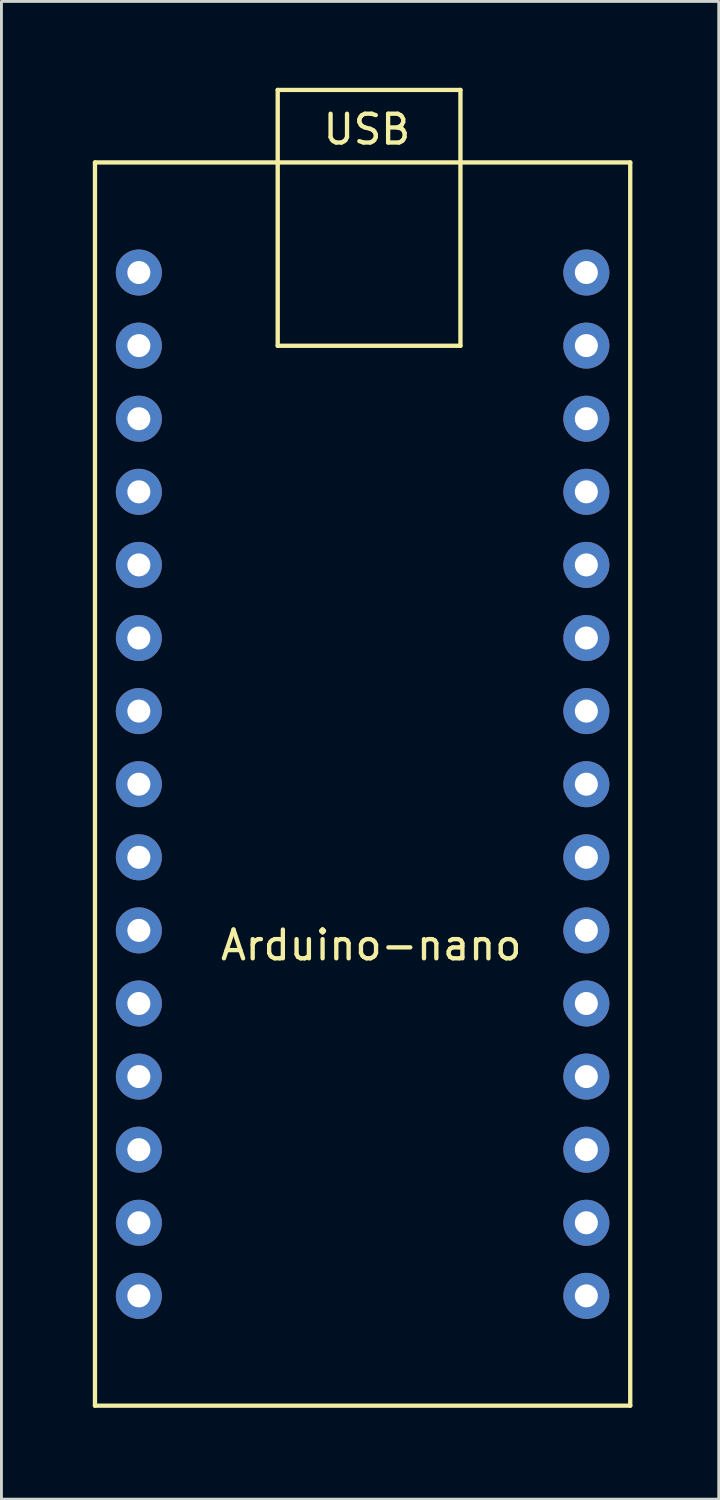
<source format=kicad_pcb>
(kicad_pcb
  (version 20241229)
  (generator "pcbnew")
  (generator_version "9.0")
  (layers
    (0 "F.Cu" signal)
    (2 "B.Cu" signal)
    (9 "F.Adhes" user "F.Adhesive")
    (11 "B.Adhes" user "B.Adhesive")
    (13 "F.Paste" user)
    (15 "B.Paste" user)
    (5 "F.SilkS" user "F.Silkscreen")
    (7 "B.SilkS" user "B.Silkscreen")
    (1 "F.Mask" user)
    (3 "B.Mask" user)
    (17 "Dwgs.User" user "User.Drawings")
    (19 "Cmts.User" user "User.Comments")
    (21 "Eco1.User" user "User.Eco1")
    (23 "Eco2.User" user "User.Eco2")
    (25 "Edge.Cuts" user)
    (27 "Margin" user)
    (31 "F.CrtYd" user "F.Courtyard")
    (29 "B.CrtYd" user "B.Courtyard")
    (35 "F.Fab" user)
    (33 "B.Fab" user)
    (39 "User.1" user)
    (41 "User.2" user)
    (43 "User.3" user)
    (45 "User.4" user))
  (footprint "Arduino-nano"
    (layer "F.Cu")
    (at 0.25 45.795)
    (property "Reference" "Arduino-nano" (at 9.6 -16 0) (layer "F.SilkS") (effects (font (size 1 1) (thickness 0.15))))
    (attr through_hole)
    (fp_line (start 0 -43.2) (end 18.6 -43.2) (stroke (width 0.15) (type solid)) (layer "F.SilkS"))
    (fp_line (start 0 0) (end 0 -43.2) (stroke (width 0.15) (type solid)) (layer "F.SilkS"))
    (fp_line (start 6.35 -45.72) (end 12.7 -45.72) (stroke (width 0.15) (type solid)) (layer "F.SilkS"))
    (fp_line (start 6.35 -36.83) (end 6.35 -45.72) (stroke (width 0.15) (type solid)) (layer "F.SilkS"))
    (fp_line (start 12.7 -45.72) (end 12.7 -36.83) (stroke (width 0.15) (type solid)) (layer "F.SilkS"))
    (fp_line (start 12.7 -36.83) (end 6.35 -36.83) (stroke (width 0.15) (type solid)) (layer "F.SilkS"))
    (fp_line (start 18.6 -43.2) (end 18.6 0) (stroke (width 0.15) (type solid)) (layer "F.SilkS"))
    (fp_line (start 18.6 0) (end 0 0) (stroke (width 0.15) (type solid)) (layer "F.SilkS"))
    (fp_text user "USB" (at 9.449 -44.348 0) (layer "F.SilkS") (effects (font (size 1 1) (thickness 0.15))))
    (pad "1" thru_hole circle (at 1.525 -39.375) (size 1.6 1.6) (drill 0.8) (layers "*.Cu" "*.Mask"))
    (pad "2" thru_hole circle (at 1.525 -36.835) (size 1.6 1.6) (drill 0.8) (layers "*.Cu" "*.Mask"))
    (pad "3" thru_hole circle (at 1.525 -34.295) (size 1.6 1.6) (drill 0.8) (layers "*.Cu" "*.Mask"))
    (pad "4" thru_hole circle (at 1.525 -31.755) (size 1.6 1.6) (drill 0.8) (layers "*.Cu" "*.Mask"))
    (pad "5" thru_hole circle (at 1.525 -29.215) (size 1.6 1.6) (drill 0.8) (layers "*.Cu" "*.Mask"))
    (pad "6" thru_hole circle (at 1.525 -26.675) (size 1.6 1.6) (drill 0.8) (layers "*.Cu" "*.Mask"))
    (pad "7" thru_hole circle (at 1.525 -24.135) (size 1.6 1.6) (drill 0.8) (layers "*.Cu" "*.Mask"))
    (pad "8" thru_hole circle (at 1.525 -21.595) (size 1.6 1.6) (drill 0.8) (layers "*.Cu" "*.Mask"))
    (pad "9" thru_hole circle (at 1.525 -19.055) (size 1.6 1.6) (drill 0.8) (layers "*.Cu" "*.Mask"))
    (pad "10" thru_hole circle (at 1.525 -16.515) (size 1.6 1.6) (drill 0.8) (layers "*.Cu" "*.Mask"))
    (pad "11" thru_hole circle (at 1.525 -13.975) (size 1.6 1.6) (drill 0.8) (layers "*.Cu" "*.Mask"))
    (pad "12" thru_hole circle (at 1.525 -11.435) (size 1.6 1.6) (drill 0.8) (layers "*.Cu" "*.Mask"))
    (pad "13" thru_hole circle (at 1.525 -8.895) (size 1.6 1.6) (drill 0.8) (layers "*.Cu" "*.Mask"))
    (pad "14" thru_hole circle (at 1.525 -6.355) (size 1.6 1.6) (drill 0.8) (layers "*.Cu" "*.Mask"))
    (pad "15" thru_hole circle (at 1.525 -3.815) (size 1.6 1.6) (drill 0.8) (layers "*.Cu" "*.Mask"))
    (pad "16" thru_hole circle (at 17.075 -3.815) (size 1.6 1.6) (drill 0.8) (layers "*.Cu" "*.Mask"))
    (pad "17" thru_hole circle (at 17.075 -6.355) (size 1.6 1.6) (drill 0.8) (layers "*.Cu" "*.Mask"))
    (pad "18" thru_hole circle (at 17.075 -8.895) (size 1.6 1.6) (drill 0.8) (layers "*.Cu" "*.Mask"))
    (pad "19" thru_hole circle (at 17.075 -11.435) (size 1.6 1.6) (drill 0.8) (layers "*.Cu" "*.Mask"))
    (pad "20" thru_hole circle (at 17.075 -13.975) (size 1.6 1.6) (drill 0.8) (layers "*.Cu" "*.Mask"))
    (pad "21" thru_hole circle (at 17.075 -16.515) (size 1.6 1.6) (drill 0.8) (layers "*.Cu" "*.Mask"))
    (pad "22" thru_hole circle (at 17.075 -19.055) (size 1.6 1.6) (drill 0.8) (layers "*.Cu" "*.Mask"))
    (pad "23" thru_hole circle (at 17.075 -21.595) (size 1.6 1.6) (drill 0.8) (layers "*.Cu" "*.Mask"))
    (pad "24" thru_hole circle (at 17.075 -24.135) (size 1.6 1.6) (drill 0.8) (layers "*.Cu" "*.Mask"))
    (pad "25" thru_hole circle (at 17.075 -26.675) (size 1.6 1.6) (drill 0.8) (layers "*.Cu" "*.Mask"))
    (pad "26" thru_hole circle (at 17.075 -29.215) (size 1.6 1.6) (drill 0.8) (layers "*.Cu" "*.Mask"))
    (pad "27" thru_hole circle (at 17.075 -31.755) (size 1.6 1.6) (drill 0.8) (layers "*.Cu" "*.Mask"))
    (pad "28" thru_hole circle (at 17.075 -34.295) (size 1.6 1.6) (drill 0.8) (layers "*.Cu" "*.Mask"))
    (pad "29" thru_hole circle (at 17.075 -36.835) (size 1.6 1.6) (drill 0.8) (layers "*.Cu" "*.Mask"))
    (pad "30" thru_hole circle (at 17.075 -39.375) (size 1.6 1.6) (drill 0.8) (layers "*.Cu" "*.Mask")))
  (gr_rect
    (start -3 -3)
    (end 21.925 49.045)
    (stroke (width 0.1) (type default))
    (fill no)
    (layer "Edge.Cuts")))
</source>
